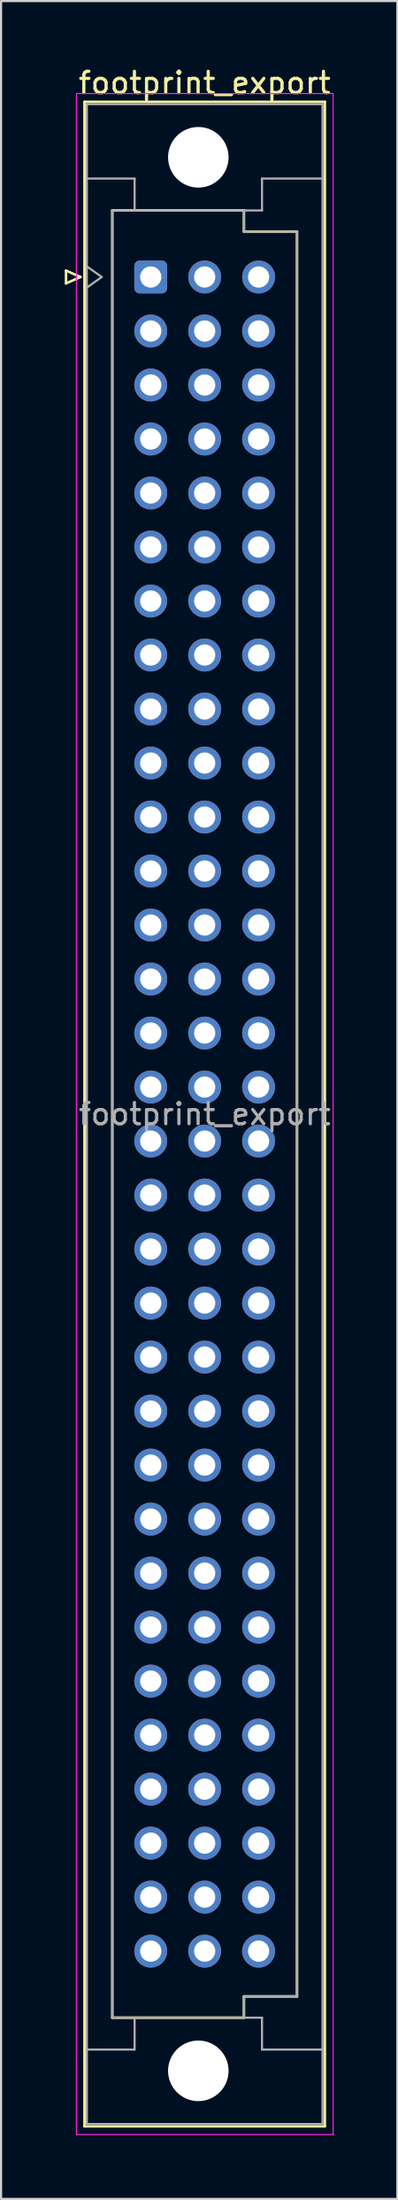
<source format=kicad_pcb>
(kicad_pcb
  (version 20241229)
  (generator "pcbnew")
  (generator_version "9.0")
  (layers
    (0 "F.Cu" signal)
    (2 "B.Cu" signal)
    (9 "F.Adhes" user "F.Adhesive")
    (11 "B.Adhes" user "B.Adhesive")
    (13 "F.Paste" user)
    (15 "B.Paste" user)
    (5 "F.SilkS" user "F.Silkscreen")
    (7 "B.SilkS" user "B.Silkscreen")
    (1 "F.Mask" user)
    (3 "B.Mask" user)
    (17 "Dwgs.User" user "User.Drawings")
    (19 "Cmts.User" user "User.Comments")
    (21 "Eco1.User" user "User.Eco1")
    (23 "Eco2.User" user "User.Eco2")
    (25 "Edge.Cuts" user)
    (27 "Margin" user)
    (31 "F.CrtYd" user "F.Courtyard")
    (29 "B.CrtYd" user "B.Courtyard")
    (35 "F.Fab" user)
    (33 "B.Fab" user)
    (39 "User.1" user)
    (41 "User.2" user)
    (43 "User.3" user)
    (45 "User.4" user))
  (footprint "footprint_export"
    (layer "F.Cu")
    (at 4.05 9.978)
    (property "Reference" "footprint_export" (at 2.54 -9.13 0) (layer "F.SilkS") (effects (font (size 1 1) (thickness 0.15))))
    (attr through_hole)
    (fp_line (start -3.99 -0.3) (end -3.99 0.3) (stroke (width 0.12) (type solid)) (layer "F.SilkS"))
    (fp_line (start -3.99 0.3) (end -3.31 0) (stroke (width 0.12) (type solid)) (layer "F.SilkS"))
    (fp_line (start -3.31 0) (end -3.99 -0.3) (stroke (width 0.12) (type solid)) (layer "F.SilkS"))
    (fp_line (start -3.12 -8.24) (end 8.2 -8.24) (stroke (width 0.12) (type solid)) (layer "F.SilkS"))
    (fp_line (start -3.12 86.98) (end -3.12 -8.24) (stroke (width 0.12) (type solid)) (layer "F.SilkS"))
    (fp_line (start -1.81 -3.131) (end 4.39 -3.131) (stroke (width 0.12) (type solid)) (layer "F.SilkS"))
    (fp_line (start -1.81 81.87) (end -1.81 -3.131) (stroke (width 0.12) (type solid)) (layer "F.SilkS"))
    (fp_line (start 4.39 -3.131) (end 4.39 -2.131) (stroke (width 0.12) (type solid)) (layer "F.SilkS"))
    (fp_line (start 4.39 -2.131) (end 6.89 -2.131) (stroke (width 0.12) (type solid)) (layer "F.SilkS"))
    (fp_line (start 4.39 80.87) (end 4.39 81.87) (stroke (width 0.12) (type solid)) (layer "F.SilkS"))
    (fp_line (start 4.39 81.87) (end -1.81 81.87) (stroke (width 0.12) (type solid)) (layer "F.SilkS"))
    (fp_line (start 6.89 -2.131) (end 6.89 80.87) (stroke (width 0.12) (type solid)) (layer "F.SilkS"))
    (fp_line (start 6.89 80.87) (end 4.39 80.87) (stroke (width 0.12) (type solid)) (layer "F.SilkS"))
    (fp_line (start 8.2 -8.24) (end 8.2 86.98) (stroke (width 0.12) (type solid)) (layer "F.SilkS"))
    (fp_line (start 8.2 86.98) (end -3.12 86.98) (stroke (width 0.12) (type solid)) (layer "F.SilkS"))
    (fp_line (start -3.5 -8.63) (end 8.59 -8.63) (stroke (width 0.05) (type solid)) (layer "F.CrtYd"))
    (fp_line (start -3.5 87.37) (end -3.5 -8.63) (stroke (width 0.05) (type solid)) (layer "F.CrtYd"))
    (fp_line (start 8.59 -8.63) (end 8.59 87.37) (stroke (width 0.05) (type solid)) (layer "F.CrtYd"))
    (fp_line (start 8.59 87.37) (end -3.5 87.37) (stroke (width 0.05) (type solid)) (layer "F.CrtYd"))
    (fp_line (start -3.01 -8.13) (end 8.09 -8.13) (stroke (width 0.1) (type solid)) (layer "F.Fab"))
    (fp_line (start -3.01 -4.63) (end -0.76 -4.63) (stroke (width 0.1) (type solid)) (layer "F.Fab"))
    (fp_line (start -3.01 -0.5) (end -2.31 0) (stroke (width 0.1) (type solid)) (layer "F.Fab"))
    (fp_line (start -3.01 83.37) (end -0.76 83.37) (stroke (width 0.1) (type solid)) (layer "F.Fab"))
    (fp_line (start -3.01 86.87) (end -3.01 -8.13) (stroke (width 0.1) (type solid)) (layer "F.Fab"))
    (fp_line (start -2.31 0) (end -3.01 0.5) (stroke (width 0.1) (type solid)) (layer "F.Fab"))
    (fp_line (start -1.81 -3.13) (end 4.39 -3.13) (stroke (width 0.1) (type solid)) (layer "F.Fab"))
    (fp_line (start -1.81 81.87) (end -1.81 -3.13) (stroke (width 0.1) (type solid)) (layer "F.Fab"))
    (fp_line (start -0.76 -4.63) (end -0.76 -3.13) (stroke (width 0.1) (type solid)) (layer "F.Fab"))
    (fp_line (start -0.76 83.37) (end -0.76 81.87) (stroke (width 0.1) (type solid)) (layer "F.Fab"))
    (fp_line (start 4.39 -3.13) (end 4.39 -2.13) (stroke (width 0.1) (type solid)) (layer "F.Fab"))
    (fp_line (start 4.39 -3.13) (end 5.24 -3.13) (stroke (width 0.1) (type solid)) (layer "F.Fab"))
    (fp_line (start 4.39 -2.13) (end 6.89 -2.13) (stroke (width 0.1) (type solid)) (layer "F.Fab"))
    (fp_line (start 4.39 80.87) (end 4.39 81.87) (stroke (width 0.1) (type solid)) (layer "F.Fab"))
    (fp_line (start 4.39 81.87) (end -1.81 81.87) (stroke (width 0.1) (type solid)) (layer "F.Fab"))
    (fp_line (start 4.39 81.87) (end 5.24 81.87) (stroke (width 0.1) (type solid)) (layer "F.Fab"))
    (fp_line (start 5.24 -4.63) (end 8.09 -4.63) (stroke (width 0.1) (type solid)) (layer "F.Fab"))
    (fp_line (start 5.24 -3.13) (end 5.24 -4.63) (stroke (width 0.1) (type solid)) (layer "F.Fab"))
    (fp_line (start 5.24 81.87) (end 5.24 83.37) (stroke (width 0.1) (type solid)) (layer "F.Fab"))
    (fp_line (start 5.24 83.37) (end 8.09 83.37) (stroke (width 0.1) (type solid)) (layer "F.Fab"))
    (fp_line (start 6.89 -2.13) (end 6.89 80.87) (stroke (width 0.1) (type solid)) (layer "F.Fab"))
    (fp_line (start 6.89 80.87) (end 4.39 80.87) (stroke (width 0.1) (type solid)) (layer "F.Fab"))
    (fp_line (start 8.09 -8.13) (end 8.09 86.87) (stroke (width 0.1) (type solid)) (layer "F.Fab"))
    (fp_line (start 8.09 86.87) (end -3.01 86.87) (stroke (width 0.1) (type solid)) (layer "F.Fab"))
    (fp_text user "${REFERENCE}" (at 2.54 39.37 0) (layer "F.Fab") (effects (font (size 1 1) (thickness 0.15))))
    (pad "" np_thru_hole circle (at 2.24 -5.63) (size 2.85 2.85) (drill 2.85) (layers "*.Cu" "*.Mask"))
    (pad "" np_thru_hole circle (at 2.24 84.37) (size 2.85 2.85) (drill 2.85) (layers "*.Cu" "*.Mask"))
    (pad "a1" thru_hole roundrect (at 0 0) (size 1.55 1.55) (drill 1) (layers "*.Cu" "*.Mask") (roundrect_rratio 0.161))
    (pad "a2" thru_hole circle (at 0 2.54) (size 1.55 1.55) (drill 1) (layers "*.Cu" "*.Mask"))
    (pad "a3" thru_hole circle (at 0 5.08) (size 1.55 1.55) (drill 1) (layers "*.Cu" "*.Mask"))
    (pad "a4" thru_hole circle (at 0 7.62) (size 1.55 1.55) (drill 1) (layers "*.Cu" "*.Mask"))
    (pad "a5" thru_hole circle (at 0 10.16) (size 1.55 1.55) (drill 1) (layers "*.Cu" "*.Mask"))
    (pad "a6" thru_hole circle (at 0 12.7) (size 1.55 1.55) (drill 1) (layers "*.Cu" "*.Mask"))
    (pad "a7" thru_hole circle (at 0 15.24) (size 1.55 1.55) (drill 1) (layers "*.Cu" "*.Mask"))
    (pad "a8" thru_hole circle (at 0 17.78) (size 1.55 1.55) (drill 1) (layers "*.Cu" "*.Mask"))
    (pad "a9" thru_hole circle (at 0 20.32) (size 1.55 1.55) (drill 1) (layers "*.Cu" "*.Mask"))
    (pad "a10" thru_hole circle (at 0 22.86) (size 1.55 1.55) (drill 1) (layers "*.Cu" "*.Mask"))
    (pad "a11" thru_hole circle (at 0 25.4) (size 1.55 1.55) (drill 1) (layers "*.Cu" "*.Mask"))
    (pad "a12" thru_hole circle (at 0 27.94) (size 1.55 1.55) (drill 1) (layers "*.Cu" "*.Mask"))
    (pad "a13" thru_hole circle (at 0 30.48) (size 1.55 1.55) (drill 1) (layers "*.Cu" "*.Mask"))
    (pad "a14" thru_hole circle (at 0 33.02) (size 1.55 1.55) (drill 1) (layers "*.Cu" "*.Mask"))
    (pad "a15" thru_hole circle (at 0 35.56) (size 1.55 1.55) (drill 1) (layers "*.Cu" "*.Mask"))
    (pad "a16" thru_hole circle (at 0 38.1) (size 1.55 1.55) (drill 1) (layers "*.Cu" "*.Mask"))
    (pad "a17" thru_hole circle (at 0 40.64) (size 1.55 1.55) (drill 1) (layers "*.Cu" "*.Mask"))
    (pad "a18" thru_hole circle (at 0 43.18) (size 1.55 1.55) (drill 1) (layers "*.Cu" "*.Mask"))
    (pad "a19" thru_hole circle (at 0 45.72) (size 1.55 1.55) (drill 1) (layers "*.Cu" "*.Mask"))
    (pad "a20" thru_hole circle (at 0 48.26) (size 1.55 1.55) (drill 1) (layers "*.Cu" "*.Mask"))
    (pad "a21" thru_hole circle (at 0 50.8) (size 1.55 1.55) (drill 1) (layers "*.Cu" "*.Mask"))
    (pad "a22" thru_hole circle (at 0 53.34) (size 1.55 1.55) (drill 1) (layers "*.Cu" "*.Mask"))
    (pad "a23" thru_hole circle (at 0 55.88) (size 1.55 1.55) (drill 1) (layers "*.Cu" "*.Mask"))
    (pad "a24" thru_hole circle (at 0 58.42) (size 1.55 1.55) (drill 1) (layers "*.Cu" "*.Mask"))
    (pad "a25" thru_hole circle (at 0 60.96) (size 1.55 1.55) (drill 1) (layers "*.Cu" "*.Mask"))
    (pad "a26" thru_hole circle (at 0 63.5) (size 1.55 1.55) (drill 1) (layers "*.Cu" "*.Mask"))
    (pad "a27" thru_hole circle (at 0 66.04) (size 1.55 1.55) (drill 1) (layers "*.Cu" "*.Mask"))
    (pad "a28" thru_hole circle (at 0 68.58) (size 1.55 1.55) (drill 1) (layers "*.Cu" "*.Mask"))
    (pad "a29" thru_hole circle (at 0 71.12) (size 1.55 1.55) (drill 1) (layers "*.Cu" "*.Mask"))
    (pad "a30" thru_hole circle (at 0 73.66) (size 1.55 1.55) (drill 1) (layers "*.Cu" "*.Mask"))
    (pad "a31" thru_hole circle (at 0 76.2) (size 1.55 1.55) (drill 1) (layers "*.Cu" "*.Mask"))
    (pad "a32" thru_hole circle (at 0 78.74) (size 1.55 1.55) (drill 1) (layers "*.Cu" "*.Mask"))
    (pad "b1" thru_hole circle (at 2.54 0) (size 1.55 1.55) (drill 1) (layers "*.Cu" "*.Mask"))
    (pad "b2" thru_hole circle (at 2.54 2.54) (size 1.55 1.55) (drill 1) (layers "*.Cu" "*.Mask"))
    (pad "b3" thru_hole circle (at 2.54 5.08) (size 1.55 1.55) (drill 1) (layers "*.Cu" "*.Mask"))
    (pad "b4" thru_hole circle (at 2.54 7.62) (size 1.55 1.55) (drill 1) (layers "*.Cu" "*.Mask"))
    (pad "b5" thru_hole circle (at 2.54 10.16) (size 1.55 1.55) (drill 1) (layers "*.Cu" "*.Mask"))
    (pad "b6" thru_hole circle (at 2.54 12.7) (size 1.55 1.55) (drill 1) (layers "*.Cu" "*.Mask"))
    (pad "b7" thru_hole circle (at 2.54 15.24) (size 1.55 1.55) (drill 1) (layers "*.Cu" "*.Mask"))
    (pad "b8" thru_hole circle (at 2.54 17.78) (size 1.55 1.55) (drill 1) (layers "*.Cu" "*.Mask"))
    (pad "b9" thru_hole circle (at 2.54 20.32) (size 1.55 1.55) (drill 1) (layers "*.Cu" "*.Mask"))
    (pad "b10" thru_hole circle (at 2.54 22.86) (size 1.55 1.55) (drill 1) (layers "*.Cu" "*.Mask"))
    (pad "b11" thru_hole circle (at 2.54 25.4) (size 1.55 1.55) (drill 1) (layers "*.Cu" "*.Mask"))
    (pad "b12" thru_hole circle (at 2.54 27.94) (size 1.55 1.55) (drill 1) (layers "*.Cu" "*.Mask"))
    (pad "b13" thru_hole circle (at 2.54 30.48) (size 1.55 1.55) (drill 1) (layers "*.Cu" "*.Mask"))
    (pad "b14" thru_hole circle (at 2.54 33.02) (size 1.55 1.55) (drill 1) (layers "*.Cu" "*.Mask"))
    (pad "b15" thru_hole circle (at 2.54 35.56) (size 1.55 1.55) (drill 1) (layers "*.Cu" "*.Mask"))
    (pad "b16" thru_hole circle (at 2.54 38.1) (size 1.55 1.55) (drill 1) (layers "*.Cu" "*.Mask"))
    (pad "b17" thru_hole circle (at 2.54 40.64) (size 1.55 1.55) (drill 1) (layers "*.Cu" "*.Mask"))
    (pad "b18" thru_hole circle (at 2.54 43.18) (size 1.55 1.55) (drill 1) (layers "*.Cu" "*.Mask"))
    (pad "b19" thru_hole circle (at 2.54 45.72) (size 1.55 1.55) (drill 1) (layers "*.Cu" "*.Mask"))
    (pad "b20" thru_hole circle (at 2.54 48.26) (size 1.55 1.55) (drill 1) (layers "*.Cu" "*.Mask"))
    (pad "b21" thru_hole circle (at 2.54 50.8) (size 1.55 1.55) (drill 1) (layers "*.Cu" "*.Mask"))
    (pad "b22" thru_hole circle (at 2.54 53.34) (size 1.55 1.55) (drill 1) (layers "*.Cu" "*.Mask"))
    (pad "b23" thru_hole circle (at 2.54 55.88) (size 1.55 1.55) (drill 1) (layers "*.Cu" "*.Mask"))
    (pad "b24" thru_hole circle (at 2.54 58.42) (size 1.55 1.55) (drill 1) (layers "*.Cu" "*.Mask"))
    (pad "b25" thru_hole circle (at 2.54 60.96) (size 1.55 1.55) (drill 1) (layers "*.Cu" "*.Mask"))
    (pad "b26" thru_hole circle (at 2.54 63.5) (size 1.55 1.55) (drill 1) (layers "*.Cu" "*.Mask"))
    (pad "b27" thru_hole circle (at 2.54 66.04) (size 1.55 1.55) (drill 1) (layers "*.Cu" "*.Mask"))
    (pad "b28" thru_hole circle (at 2.54 68.58) (size 1.55 1.55) (drill 1) (layers "*.Cu" "*.Mask"))
    (pad "b29" thru_hole circle (at 2.54 71.12) (size 1.55 1.55) (drill 1) (layers "*.Cu" "*.Mask"))
    (pad "b30" thru_hole circle (at 2.54 73.66) (size 1.55 1.55) (drill 1) (layers "*.Cu" "*.Mask"))
    (pad "b31" thru_hole circle (at 2.54 76.2) (size 1.55 1.55) (drill 1) (layers "*.Cu" "*.Mask"))
    (pad "b32" thru_hole circle (at 2.54 78.74) (size 1.55 1.55) (drill 1) (layers "*.Cu" "*.Mask"))
    (pad "c1" thru_hole circle (at 5.08 0) (size 1.55 1.55) (drill 1) (layers "*.Cu" "*.Mask"))
    (pad "c2" thru_hole circle (at 5.08 2.54) (size 1.55 1.55) (drill 1) (layers "*.Cu" "*.Mask"))
    (pad "c3" thru_hole circle (at 5.08 5.08) (size 1.55 1.55) (drill 1) (layers "*.Cu" "*.Mask"))
    (pad "c4" thru_hole circle (at 5.08 7.62) (size 1.55 1.55) (drill 1) (layers "*.Cu" "*.Mask"))
    (pad "c5" thru_hole circle (at 5.08 10.16) (size 1.55 1.55) (drill 1) (layers "*.Cu" "*.Mask"))
    (pad "c6" thru_hole circle (at 5.08 12.7) (size 1.55 1.55) (drill 1) (layers "*.Cu" "*.Mask"))
    (pad "c7" thru_hole circle (at 5.08 15.24) (size 1.55 1.55) (drill 1) (layers "*.Cu" "*.Mask"))
    (pad "c8" thru_hole circle (at 5.08 17.78) (size 1.55 1.55) (drill 1) (layers "*.Cu" "*.Mask"))
    (pad "c9" thru_hole circle (at 5.08 20.32) (size 1.55 1.55) (drill 1) (layers "*.Cu" "*.Mask"))
    (pad "c10" thru_hole circle (at 5.08 22.86) (size 1.55 1.55) (drill 1) (layers "*.Cu" "*.Mask"))
    (pad "c11" thru_hole circle (at 5.08 25.4) (size 1.55 1.55) (drill 1) (layers "*.Cu" "*.Mask"))
    (pad "c12" thru_hole circle (at 5.08 27.94) (size 1.55 1.55) (drill 1) (layers "*.Cu" "*.Mask"))
    (pad "c13" thru_hole circle (at 5.08 30.48) (size 1.55 1.55) (drill 1) (layers "*.Cu" "*.Mask"))
    (pad "c14" thru_hole circle (at 5.08 33.02) (size 1.55 1.55) (drill 1) (layers "*.Cu" "*.Mask"))
    (pad "c15" thru_hole circle (at 5.08 35.56) (size 1.55 1.55) (drill 1) (layers "*.Cu" "*.Mask"))
    (pad "c16" thru_hole circle (at 5.08 38.1) (size 1.55 1.55) (drill 1) (layers "*.Cu" "*.Mask"))
    (pad "c17" thru_hole circle (at 5.08 40.64) (size 1.55 1.55) (drill 1) (layers "*.Cu" "*.Mask"))
    (pad "c18" thru_hole circle (at 5.08 43.18) (size 1.55 1.55) (drill 1) (layers "*.Cu" "*.Mask"))
    (pad "c19" thru_hole circle (at 5.08 45.72) (size 1.55 1.55) (drill 1) (layers "*.Cu" "*.Mask"))
    (pad "c20" thru_hole circle (at 5.08 48.26) (size 1.55 1.55) (drill 1) (layers "*.Cu" "*.Mask"))
    (pad "c21" thru_hole circle (at 5.08 50.8) (size 1.55 1.55) (drill 1) (layers "*.Cu" "*.Mask"))
    (pad "c22" thru_hole circle (at 5.08 53.34) (size 1.55 1.55) (drill 1) (layers "*.Cu" "*.Mask"))
    (pad "c23" thru_hole circle (at 5.08 55.88) (size 1.55 1.55) (drill 1) (layers "*.Cu" "*.Mask"))
    (pad "c24" thru_hole circle (at 5.08 58.42) (size 1.55 1.55) (drill 1) (layers "*.Cu" "*.Mask"))
    (pad "c25" thru_hole circle (at 5.08 60.96) (size 1.55 1.55) (drill 1) (layers "*.Cu" "*.Mask"))
    (pad "c26" thru_hole circle (at 5.08 63.5) (size 1.55 1.55) (drill 1) (layers "*.Cu" "*.Mask"))
    (pad "c27" thru_hole circle (at 5.08 66.04) (size 1.55 1.55) (drill 1) (layers "*.Cu" "*.Mask"))
    (pad "c28" thru_hole circle (at 5.08 68.58) (size 1.55 1.55) (drill 1) (layers "*.Cu" "*.Mask"))
    (pad "c29" thru_hole circle (at 5.08 71.12) (size 1.55 1.55) (drill 1) (layers "*.Cu" "*.Mask"))
    (pad "c30" thru_hole circle (at 5.08 73.66) (size 1.55 1.55) (drill 1) (layers "*.Cu" "*.Mask"))
    (pad "c31" thru_hole circle (at 5.08 76.2) (size 1.55 1.55) (drill 1) (layers "*.Cu" "*.Mask"))
    (pad "c32" thru_hole circle (at 5.08 78.74) (size 1.55 1.55) (drill 1) (layers "*.Cu" "*.Mask")))
  (gr_rect
    (start -3 -3)
    (end 15.665 100.373)
    (stroke (width 0.1) (type default))
    (fill no)
    (layer "Edge.Cuts")))
</source>
